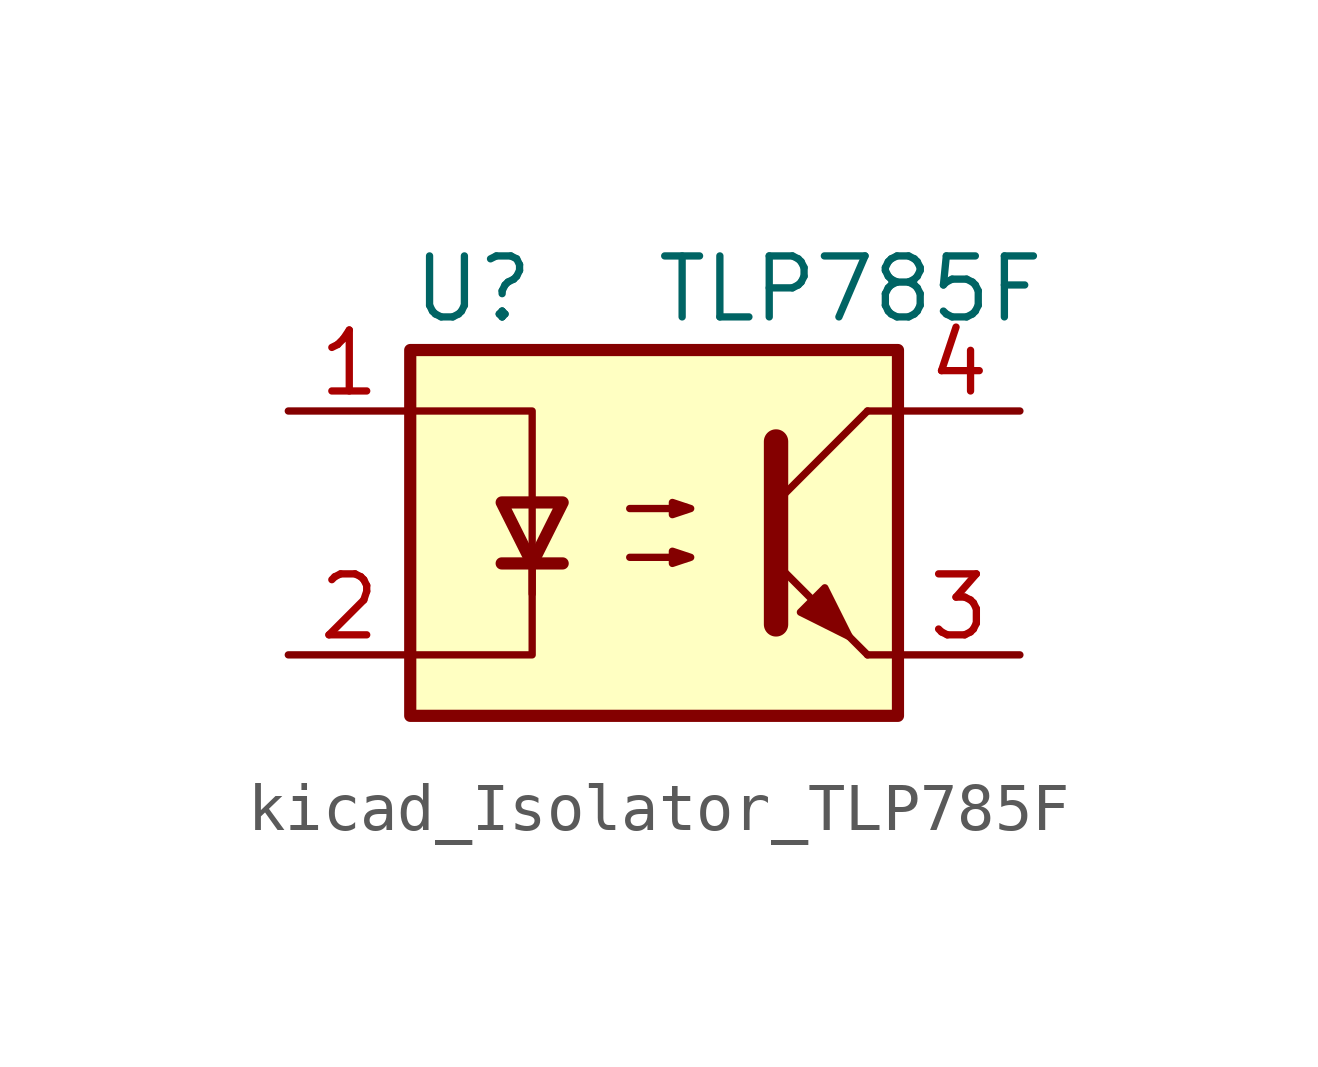
<source format=kicad_sym>
(kicad_symbol_lib
  (version 20220914)
  (generator kicad_symbol_editor)
  (symbol "kicad_Isolator_TLP785F"
    (pin_names
      (offset 1.016))
    (property "Reference" "U"
      (at -5.08 5.08 0)
      (effects (font (size 1.27 1.27)) (justify left)))
    (property "Value" "TLP785F"
      (at 0 5.08 0)
      (effects (font (size 1.27 1.27)) (justify left)))
    (symbol "kicad_Isolator_TLP785F_0_1"
      (rectangle (start -5.08 3.81) (end 5.08 -3.81) (stroke (width 0.254) (type default)) (fill (type background)))
      (polyline (pts (xy -3.175 -0.635) (xy -1.905 -0.635)) (stroke (width 0.254) (type default)) (fill (type none)))
      (polyline (pts (xy 2.54 0.635) (xy 4.445 2.54)) (stroke (width 0) (type default)) (fill (type none)))
      (polyline (pts (xy 4.445 -2.54) (xy 2.54 -0.635)) (stroke (width 0) (type default)) (fill (type outline)))
      (polyline (pts (xy 4.445 -2.54) (xy 5.08 -2.54)) (stroke (width 0) (type default)) (fill (type none)))
      (polyline (pts (xy 4.445 2.54) (xy 5.08 2.54)) (stroke (width 0) (type default)) (fill (type none)))
      (polyline (pts (xy -2.54 -0.635) (xy -2.54 -2.54) (xy -5.08 -2.54)) (stroke (width 0) (type default)) (fill (type none)))
      (polyline (pts (xy 2.54 1.905) (xy 2.54 -1.905) (xy 2.54 -1.905)) (stroke (width 0.508) (type default)) (fill (type none)))
      (polyline (pts (xy -5.08 2.54) (xy -2.54 2.54) (xy -2.54 -1.27) (xy -2.54 0.635)) (stroke (width 0) (type default)) (fill (type none)))
      (polyline (pts (xy -2.54 -0.635) (xy -3.175 0.635) (xy -1.905 0.635) (xy -2.54 -0.635)) (stroke (width 0.254) (type default)) (fill (type none)))
      (polyline (pts (xy -0.508 -0.508) (xy 0.762 -0.508) (xy 0.381 -0.635) (xy 0.381 -0.381) (xy 0.762 -0.508)) (stroke (width 0) (type default)) (fill (type none)))
      (polyline (pts (xy -0.508 0.508) (xy 0.762 0.508) (xy 0.381 0.381) (xy 0.381 0.635) (xy 0.762 0.508)) (stroke (width 0) (type default)) (fill (type none)))
      (polyline (pts (xy 3.048 -1.651) (xy 3.556 -1.143) (xy 4.064 -2.159) (xy 3.048 -1.651) (xy 3.048 -1.651)) (stroke (width 0) (type default)) (fill (type outline))))
    (symbol "kicad_Isolator_TLP785F_1_1"
      (pin passive line (at -7.62 2.54 0) (length 2.54) (name "~" (effects (font (size 1.27 1.27)))) (number "1" (effects (font (size 1.27 1.27)))))
      (pin passive line (at -7.62 -2.54 0) (length 2.54) (name "~" (effects (font (size 1.27 1.27)))) (number "2" (effects (font (size 1.27 1.27)))))
      (pin passive line (at 7.62 -2.54 180) (length 2.54) (name "~" (effects (font (size 1.27 1.27)))) (number "3" (effects (font (size 1.27 1.27)))))
      (pin passive line (at 7.62 2.54 180) (length 2.54) (name "~" (effects (font (size 1.27 1.27)))) (number "4" (effects (font (size 1.27 1.27))))))))
</source>
